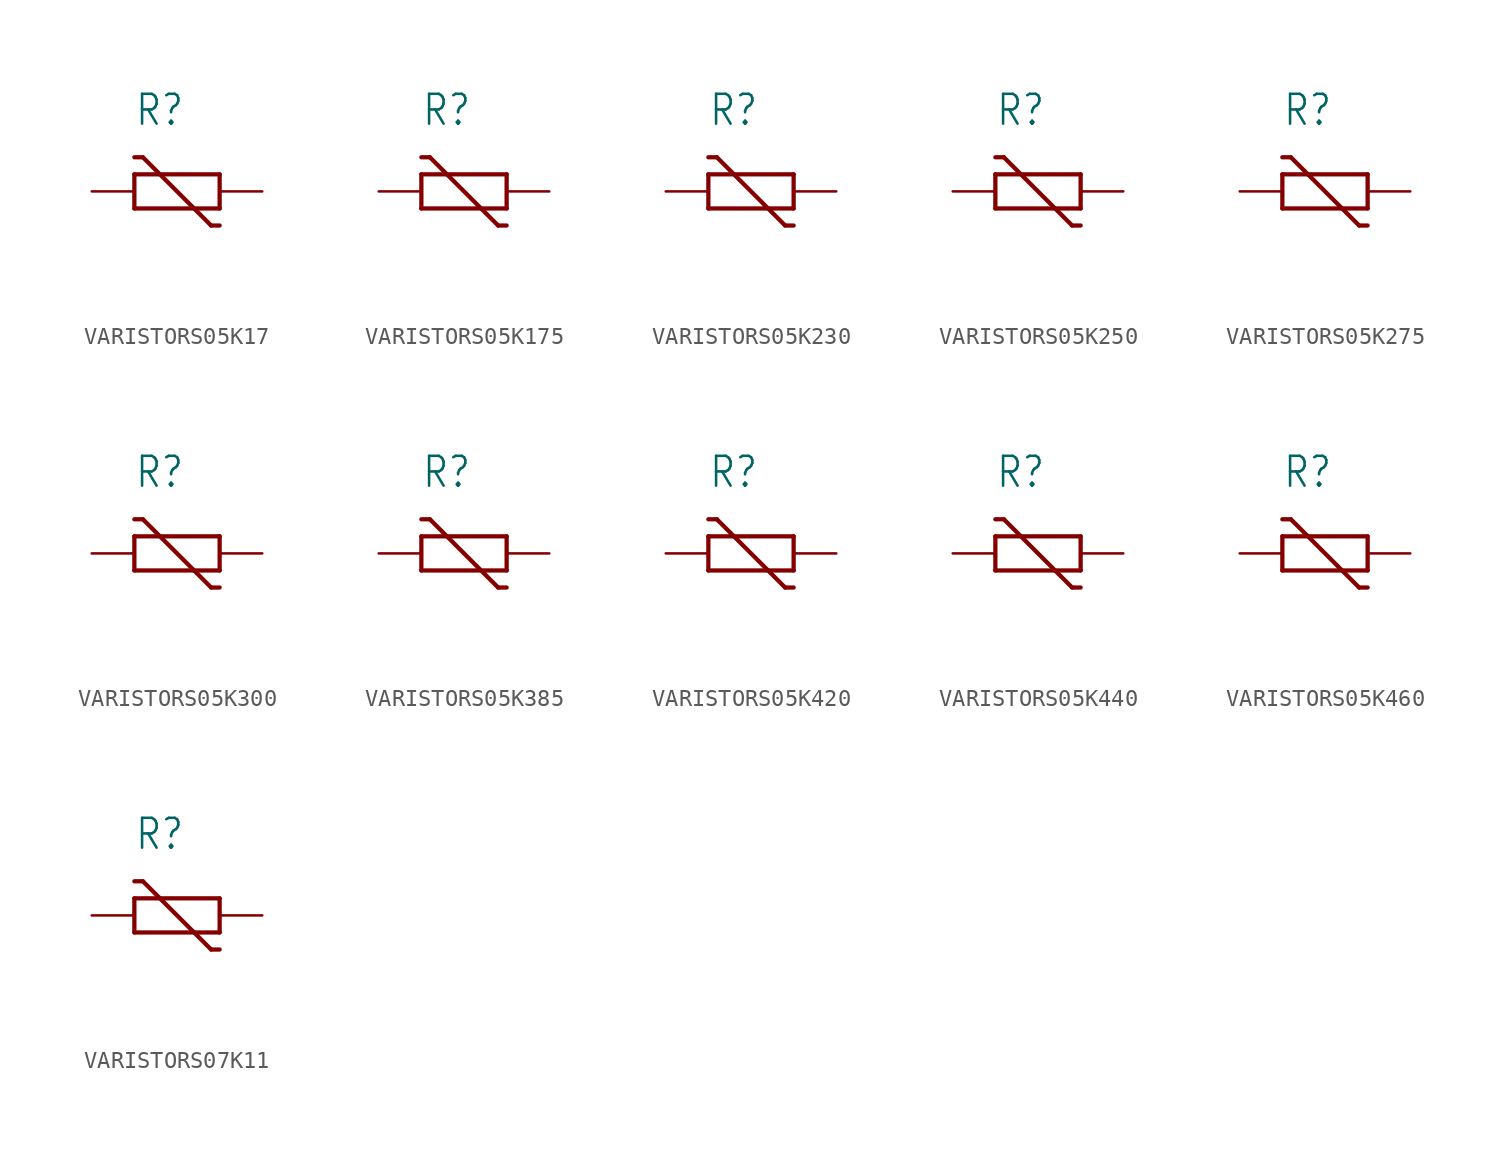
<source format=kicad_sym>
(kicad_symbol_lib
  (version 20220914)
  (generator kicad_symbol_editor)
  (symbol "VARISTORS05K17"
    (property "Reference" "R"
      (at -2.54 3.81 0)
      (effects (font (size 1.778 1.511)) (justify left bottom)))
    (property "Value" ""
      (at -2.54 -6.35 0)
      (effects (font (size 1.778 1.511)) (justify left bottom)))
    (property "ki_locked" ""
      (at 0 0 0)
      (effects (font (size 1.27 1.27))))
    (symbol "VARISTORS05K17_1_0"
      (polyline (pts (xy -2.54 -1.016) (xy -2.54 1.016)) (stroke (width 0.254) (type solid)) (fill (type none)))
      (polyline (pts (xy -2.54 1.016) (xy 2.54 1.016)) (stroke (width 0.254) (type solid)) (fill (type none)))
      (polyline (pts (xy -2.032 2.032) (xy -2.54 2.032)) (stroke (width 0.254) (type solid)) (fill (type none)))
      (polyline (pts (xy 2.032 -2.032) (xy -2.032 2.032)) (stroke (width 0.254) (type solid)) (fill (type none)))
      (polyline (pts (xy 2.54 -2.032) (xy 2.032 -2.032)) (stroke (width 0.254) (type solid)) (fill (type none)))
      (polyline (pts (xy 2.54 -1.016) (xy -2.54 -1.016)) (stroke (width 0.254) (type solid)) (fill (type none)))
      (polyline (pts (xy 2.54 1.016) (xy 2.54 -1.016)) (stroke (width 0.254) (type solid)) (fill (type none)))
      (pin passive line (at 5.08 0 180) (length 2.54) (name "1" (effects (font (size 0 0)))) (number "1" (effects (font (size 0 0)))))
      (pin passive line (at -5.08 0 0) (length 2.54) (name "2" (effects (font (size 0 0)))) (number "2" (effects (font (size 0 0)))))))
  (symbol "VARISTORS05K175"
    (property "Reference" "R"
      (at -2.54 3.81 0)
      (effects (font (size 1.778 1.511)) (justify left bottom)))
    (property "Value" ""
      (at -2.54 -6.35 0)
      (effects (font (size 1.778 1.511)) (justify left bottom)))
    (property "ki_locked" ""
      (at 0 0 0)
      (effects (font (size 1.27 1.27))))
    (symbol "VARISTORS05K175_1_0"
      (polyline (pts (xy -2.54 -1.016) (xy -2.54 1.016)) (stroke (width 0.254) (type solid)) (fill (type none)))
      (polyline (pts (xy -2.54 1.016) (xy 2.54 1.016)) (stroke (width 0.254) (type solid)) (fill (type none)))
      (polyline (pts (xy -2.032 2.032) (xy -2.54 2.032)) (stroke (width 0.254) (type solid)) (fill (type none)))
      (polyline (pts (xy 2.032 -2.032) (xy -2.032 2.032)) (stroke (width 0.254) (type solid)) (fill (type none)))
      (polyline (pts (xy 2.54 -2.032) (xy 2.032 -2.032)) (stroke (width 0.254) (type solid)) (fill (type none)))
      (polyline (pts (xy 2.54 -1.016) (xy -2.54 -1.016)) (stroke (width 0.254) (type solid)) (fill (type none)))
      (polyline (pts (xy 2.54 1.016) (xy 2.54 -1.016)) (stroke (width 0.254) (type solid)) (fill (type none)))
      (pin passive line (at 5.08 0 180) (length 2.54) (name "1" (effects (font (size 0 0)))) (number "1" (effects (font (size 0 0)))))
      (pin passive line (at -5.08 0 0) (length 2.54) (name "2" (effects (font (size 0 0)))) (number "2" (effects (font (size 0 0)))))))
  (symbol "VARISTORS05K230"
    (property "Reference" "R"
      (at -2.54 3.81 0)
      (effects (font (size 1.778 1.511)) (justify left bottom)))
    (property "Value" ""
      (at -2.54 -6.35 0)
      (effects (font (size 1.778 1.511)) (justify left bottom)))
    (property "ki_locked" ""
      (at 0 0 0)
      (effects (font (size 1.27 1.27))))
    (symbol "VARISTORS05K230_1_0"
      (polyline (pts (xy -2.54 -1.016) (xy -2.54 1.016)) (stroke (width 0.254) (type solid)) (fill (type none)))
      (polyline (pts (xy -2.54 1.016) (xy 2.54 1.016)) (stroke (width 0.254) (type solid)) (fill (type none)))
      (polyline (pts (xy -2.032 2.032) (xy -2.54 2.032)) (stroke (width 0.254) (type solid)) (fill (type none)))
      (polyline (pts (xy 2.032 -2.032) (xy -2.032 2.032)) (stroke (width 0.254) (type solid)) (fill (type none)))
      (polyline (pts (xy 2.54 -2.032) (xy 2.032 -2.032)) (stroke (width 0.254) (type solid)) (fill (type none)))
      (polyline (pts (xy 2.54 -1.016) (xy -2.54 -1.016)) (stroke (width 0.254) (type solid)) (fill (type none)))
      (polyline (pts (xy 2.54 1.016) (xy 2.54 -1.016)) (stroke (width 0.254) (type solid)) (fill (type none)))
      (pin passive line (at 5.08 0 180) (length 2.54) (name "1" (effects (font (size 0 0)))) (number "1" (effects (font (size 0 0)))))
      (pin passive line (at -5.08 0 0) (length 2.54) (name "2" (effects (font (size 0 0)))) (number "2" (effects (font (size 0 0)))))))
  (symbol "VARISTORS05K250"
    (property "Reference" "R"
      (at -2.54 3.81 0)
      (effects (font (size 1.778 1.511)) (justify left bottom)))
    (property "Value" ""
      (at -2.54 -6.35 0)
      (effects (font (size 1.778 1.511)) (justify left bottom)))
    (property "ki_locked" ""
      (at 0 0 0)
      (effects (font (size 1.27 1.27))))
    (symbol "VARISTORS05K250_1_0"
      (polyline (pts (xy -2.54 -1.016) (xy -2.54 1.016)) (stroke (width 0.254) (type solid)) (fill (type none)))
      (polyline (pts (xy -2.54 1.016) (xy 2.54 1.016)) (stroke (width 0.254) (type solid)) (fill (type none)))
      (polyline (pts (xy -2.032 2.032) (xy -2.54 2.032)) (stroke (width 0.254) (type solid)) (fill (type none)))
      (polyline (pts (xy 2.032 -2.032) (xy -2.032 2.032)) (stroke (width 0.254) (type solid)) (fill (type none)))
      (polyline (pts (xy 2.54 -2.032) (xy 2.032 -2.032)) (stroke (width 0.254) (type solid)) (fill (type none)))
      (polyline (pts (xy 2.54 -1.016) (xy -2.54 -1.016)) (stroke (width 0.254) (type solid)) (fill (type none)))
      (polyline (pts (xy 2.54 1.016) (xy 2.54 -1.016)) (stroke (width 0.254) (type solid)) (fill (type none)))
      (pin passive line (at 5.08 0 180) (length 2.54) (name "1" (effects (font (size 0 0)))) (number "1" (effects (font (size 0 0)))))
      (pin passive line (at -5.08 0 0) (length 2.54) (name "2" (effects (font (size 0 0)))) (number "2" (effects (font (size 0 0)))))))
  (symbol "VARISTORS05K275"
    (property "Reference" "R"
      (at -2.54 3.81 0)
      (effects (font (size 1.778 1.511)) (justify left bottom)))
    (property "Value" ""
      (at -2.54 -6.35 0)
      (effects (font (size 1.778 1.511)) (justify left bottom)))
    (property "ki_locked" ""
      (at 0 0 0)
      (effects (font (size 1.27 1.27))))
    (symbol "VARISTORS05K275_1_0"
      (polyline (pts (xy -2.54 -1.016) (xy -2.54 1.016)) (stroke (width 0.254) (type solid)) (fill (type none)))
      (polyline (pts (xy -2.54 1.016) (xy 2.54 1.016)) (stroke (width 0.254) (type solid)) (fill (type none)))
      (polyline (pts (xy -2.032 2.032) (xy -2.54 2.032)) (stroke (width 0.254) (type solid)) (fill (type none)))
      (polyline (pts (xy 2.032 -2.032) (xy -2.032 2.032)) (stroke (width 0.254) (type solid)) (fill (type none)))
      (polyline (pts (xy 2.54 -2.032) (xy 2.032 -2.032)) (stroke (width 0.254) (type solid)) (fill (type none)))
      (polyline (pts (xy 2.54 -1.016) (xy -2.54 -1.016)) (stroke (width 0.254) (type solid)) (fill (type none)))
      (polyline (pts (xy 2.54 1.016) (xy 2.54 -1.016)) (stroke (width 0.254) (type solid)) (fill (type none)))
      (pin passive line (at 5.08 0 180) (length 2.54) (name "1" (effects (font (size 0 0)))) (number "1" (effects (font (size 0 0)))))
      (pin passive line (at -5.08 0 0) (length 2.54) (name "2" (effects (font (size 0 0)))) (number "2" (effects (font (size 0 0)))))))
  (symbol "VARISTORS05K300"
    (property "Reference" "R"
      (at -2.54 3.81 0)
      (effects (font (size 1.778 1.511)) (justify left bottom)))
    (property "Value" ""
      (at -2.54 -6.35 0)
      (effects (font (size 1.778 1.511)) (justify left bottom)))
    (property "ki_locked" ""
      (at 0 0 0)
      (effects (font (size 1.27 1.27))))
    (symbol "VARISTORS05K300_1_0"
      (polyline (pts (xy -2.54 -1.016) (xy -2.54 1.016)) (stroke (width 0.254) (type solid)) (fill (type none)))
      (polyline (pts (xy -2.54 1.016) (xy 2.54 1.016)) (stroke (width 0.254) (type solid)) (fill (type none)))
      (polyline (pts (xy -2.032 2.032) (xy -2.54 2.032)) (stroke (width 0.254) (type solid)) (fill (type none)))
      (polyline (pts (xy 2.032 -2.032) (xy -2.032 2.032)) (stroke (width 0.254) (type solid)) (fill (type none)))
      (polyline (pts (xy 2.54 -2.032) (xy 2.032 -2.032)) (stroke (width 0.254) (type solid)) (fill (type none)))
      (polyline (pts (xy 2.54 -1.016) (xy -2.54 -1.016)) (stroke (width 0.254) (type solid)) (fill (type none)))
      (polyline (pts (xy 2.54 1.016) (xy 2.54 -1.016)) (stroke (width 0.254) (type solid)) (fill (type none)))
      (pin passive line (at 5.08 0 180) (length 2.54) (name "1" (effects (font (size 0 0)))) (number "1" (effects (font (size 0 0)))))
      (pin passive line (at -5.08 0 0) (length 2.54) (name "2" (effects (font (size 0 0)))) (number "2" (effects (font (size 0 0)))))))
  (symbol "VARISTORS05K385"
    (property "Reference" "R"
      (at -2.54 3.81 0)
      (effects (font (size 1.778 1.511)) (justify left bottom)))
    (property "Value" ""
      (at -2.54 -6.35 0)
      (effects (font (size 1.778 1.511)) (justify left bottom)))
    (property "ki_locked" ""
      (at 0 0 0)
      (effects (font (size 1.27 1.27))))
    (symbol "VARISTORS05K385_1_0"
      (polyline (pts (xy -2.54 -1.016) (xy -2.54 1.016)) (stroke (width 0.254) (type solid)) (fill (type none)))
      (polyline (pts (xy -2.54 1.016) (xy 2.54 1.016)) (stroke (width 0.254) (type solid)) (fill (type none)))
      (polyline (pts (xy -2.032 2.032) (xy -2.54 2.032)) (stroke (width 0.254) (type solid)) (fill (type none)))
      (polyline (pts (xy 2.032 -2.032) (xy -2.032 2.032)) (stroke (width 0.254) (type solid)) (fill (type none)))
      (polyline (pts (xy 2.54 -2.032) (xy 2.032 -2.032)) (stroke (width 0.254) (type solid)) (fill (type none)))
      (polyline (pts (xy 2.54 -1.016) (xy -2.54 -1.016)) (stroke (width 0.254) (type solid)) (fill (type none)))
      (polyline (pts (xy 2.54 1.016) (xy 2.54 -1.016)) (stroke (width 0.254) (type solid)) (fill (type none)))
      (pin passive line (at 5.08 0 180) (length 2.54) (name "1" (effects (font (size 0 0)))) (number "1" (effects (font (size 0 0)))))
      (pin passive line (at -5.08 0 0) (length 2.54) (name "2" (effects (font (size 0 0)))) (number "2" (effects (font (size 0 0)))))))
  (symbol "VARISTORS05K420"
    (property "Reference" "R"
      (at -2.54 3.81 0)
      (effects (font (size 1.778 1.511)) (justify left bottom)))
    (property "Value" ""
      (at -2.54 -6.35 0)
      (effects (font (size 1.778 1.511)) (justify left bottom)))
    (property "ki_locked" ""
      (at 0 0 0)
      (effects (font (size 1.27 1.27))))
    (symbol "VARISTORS05K420_1_0"
      (polyline (pts (xy -2.54 -1.016) (xy -2.54 1.016)) (stroke (width 0.254) (type solid)) (fill (type none)))
      (polyline (pts (xy -2.54 1.016) (xy 2.54 1.016)) (stroke (width 0.254) (type solid)) (fill (type none)))
      (polyline (pts (xy -2.032 2.032) (xy -2.54 2.032)) (stroke (width 0.254) (type solid)) (fill (type none)))
      (polyline (pts (xy 2.032 -2.032) (xy -2.032 2.032)) (stroke (width 0.254) (type solid)) (fill (type none)))
      (polyline (pts (xy 2.54 -2.032) (xy 2.032 -2.032)) (stroke (width 0.254) (type solid)) (fill (type none)))
      (polyline (pts (xy 2.54 -1.016) (xy -2.54 -1.016)) (stroke (width 0.254) (type solid)) (fill (type none)))
      (polyline (pts (xy 2.54 1.016) (xy 2.54 -1.016)) (stroke (width 0.254) (type solid)) (fill (type none)))
      (pin passive line (at 5.08 0 180) (length 2.54) (name "1" (effects (font (size 0 0)))) (number "1" (effects (font (size 0 0)))))
      (pin passive line (at -5.08 0 0) (length 2.54) (name "2" (effects (font (size 0 0)))) (number "2" (effects (font (size 0 0)))))))
  (symbol "VARISTORS05K440"
    (property "Reference" "R"
      (at -2.54 3.81 0)
      (effects (font (size 1.778 1.511)) (justify left bottom)))
    (property "Value" ""
      (at -2.54 -6.35 0)
      (effects (font (size 1.778 1.511)) (justify left bottom)))
    (property "ki_locked" ""
      (at 0 0 0)
      (effects (font (size 1.27 1.27))))
    (symbol "VARISTORS05K440_1_0"
      (polyline (pts (xy -2.54 -1.016) (xy -2.54 1.016)) (stroke (width 0.254) (type solid)) (fill (type none)))
      (polyline (pts (xy -2.54 1.016) (xy 2.54 1.016)) (stroke (width 0.254) (type solid)) (fill (type none)))
      (polyline (pts (xy -2.032 2.032) (xy -2.54 2.032)) (stroke (width 0.254) (type solid)) (fill (type none)))
      (polyline (pts (xy 2.032 -2.032) (xy -2.032 2.032)) (stroke (width 0.254) (type solid)) (fill (type none)))
      (polyline (pts (xy 2.54 -2.032) (xy 2.032 -2.032)) (stroke (width 0.254) (type solid)) (fill (type none)))
      (polyline (pts (xy 2.54 -1.016) (xy -2.54 -1.016)) (stroke (width 0.254) (type solid)) (fill (type none)))
      (polyline (pts (xy 2.54 1.016) (xy 2.54 -1.016)) (stroke (width 0.254) (type solid)) (fill (type none)))
      (pin passive line (at 5.08 0 180) (length 2.54) (name "1" (effects (font (size 0 0)))) (number "1" (effects (font (size 0 0)))))
      (pin passive line (at -5.08 0 0) (length 2.54) (name "2" (effects (font (size 0 0)))) (number "2" (effects (font (size 0 0)))))))
  (symbol "VARISTORS05K460"
    (property "Reference" "R"
      (at -2.54 3.81 0)
      (effects (font (size 1.778 1.511)) (justify left bottom)))
    (property "Value" ""
      (at -2.54 -6.35 0)
      (effects (font (size 1.778 1.511)) (justify left bottom)))
    (property "ki_locked" ""
      (at 0 0 0)
      (effects (font (size 1.27 1.27))))
    (symbol "VARISTORS05K460_1_0"
      (polyline (pts (xy -2.54 -1.016) (xy -2.54 1.016)) (stroke (width 0.254) (type solid)) (fill (type none)))
      (polyline (pts (xy -2.54 1.016) (xy 2.54 1.016)) (stroke (width 0.254) (type solid)) (fill (type none)))
      (polyline (pts (xy -2.032 2.032) (xy -2.54 2.032)) (stroke (width 0.254) (type solid)) (fill (type none)))
      (polyline (pts (xy 2.032 -2.032) (xy -2.032 2.032)) (stroke (width 0.254) (type solid)) (fill (type none)))
      (polyline (pts (xy 2.54 -2.032) (xy 2.032 -2.032)) (stroke (width 0.254) (type solid)) (fill (type none)))
      (polyline (pts (xy 2.54 -1.016) (xy -2.54 -1.016)) (stroke (width 0.254) (type solid)) (fill (type none)))
      (polyline (pts (xy 2.54 1.016) (xy 2.54 -1.016)) (stroke (width 0.254) (type solid)) (fill (type none)))
      (pin passive line (at 5.08 0 180) (length 2.54) (name "1" (effects (font (size 0 0)))) (number "1" (effects (font (size 0 0)))))
      (pin passive line (at -5.08 0 0) (length 2.54) (name "2" (effects (font (size 0 0)))) (number "2" (effects (font (size 0 0)))))))
  (symbol "VARISTORS07K11"
    (property "Reference" "R"
      (at -2.54 3.81 0)
      (effects (font (size 1.778 1.511)) (justify left bottom)))
    (property "Value" ""
      (at -2.54 -6.35 0)
      (effects (font (size 1.778 1.511)) (justify left bottom)))
    (property "ki_locked" ""
      (at 0 0 0)
      (effects (font (size 1.27 1.27))))
    (symbol "VARISTORS07K11_1_0"
      (polyline (pts (xy -2.54 -1.016) (xy -2.54 1.016)) (stroke (width 0.254) (type solid)) (fill (type none)))
      (polyline (pts (xy -2.54 1.016) (xy 2.54 1.016)) (stroke (width 0.254) (type solid)) (fill (type none)))
      (polyline (pts (xy -2.032 2.032) (xy -2.54 2.032)) (stroke (width 0.254) (type solid)) (fill (type none)))
      (polyline (pts (xy 2.032 -2.032) (xy -2.032 2.032)) (stroke (width 0.254) (type solid)) (fill (type none)))
      (polyline (pts (xy 2.54 -2.032) (xy 2.032 -2.032)) (stroke (width 0.254) (type solid)) (fill (type none)))
      (polyline (pts (xy 2.54 -1.016) (xy -2.54 -1.016)) (stroke (width 0.254) (type solid)) (fill (type none)))
      (polyline (pts (xy 2.54 1.016) (xy 2.54 -1.016)) (stroke (width 0.254) (type solid)) (fill (type none)))
      (pin passive line (at 5.08 0 180) (length 2.54) (name "1" (effects (font (size 0 0)))) (number "1" (effects (font (size 0 0)))))
      (pin passive line (at -5.08 0 0) (length 2.54) (name "2" (effects (font (size 0 0)))) (number "2" (effects (font (size 0 0))))))))
</source>
